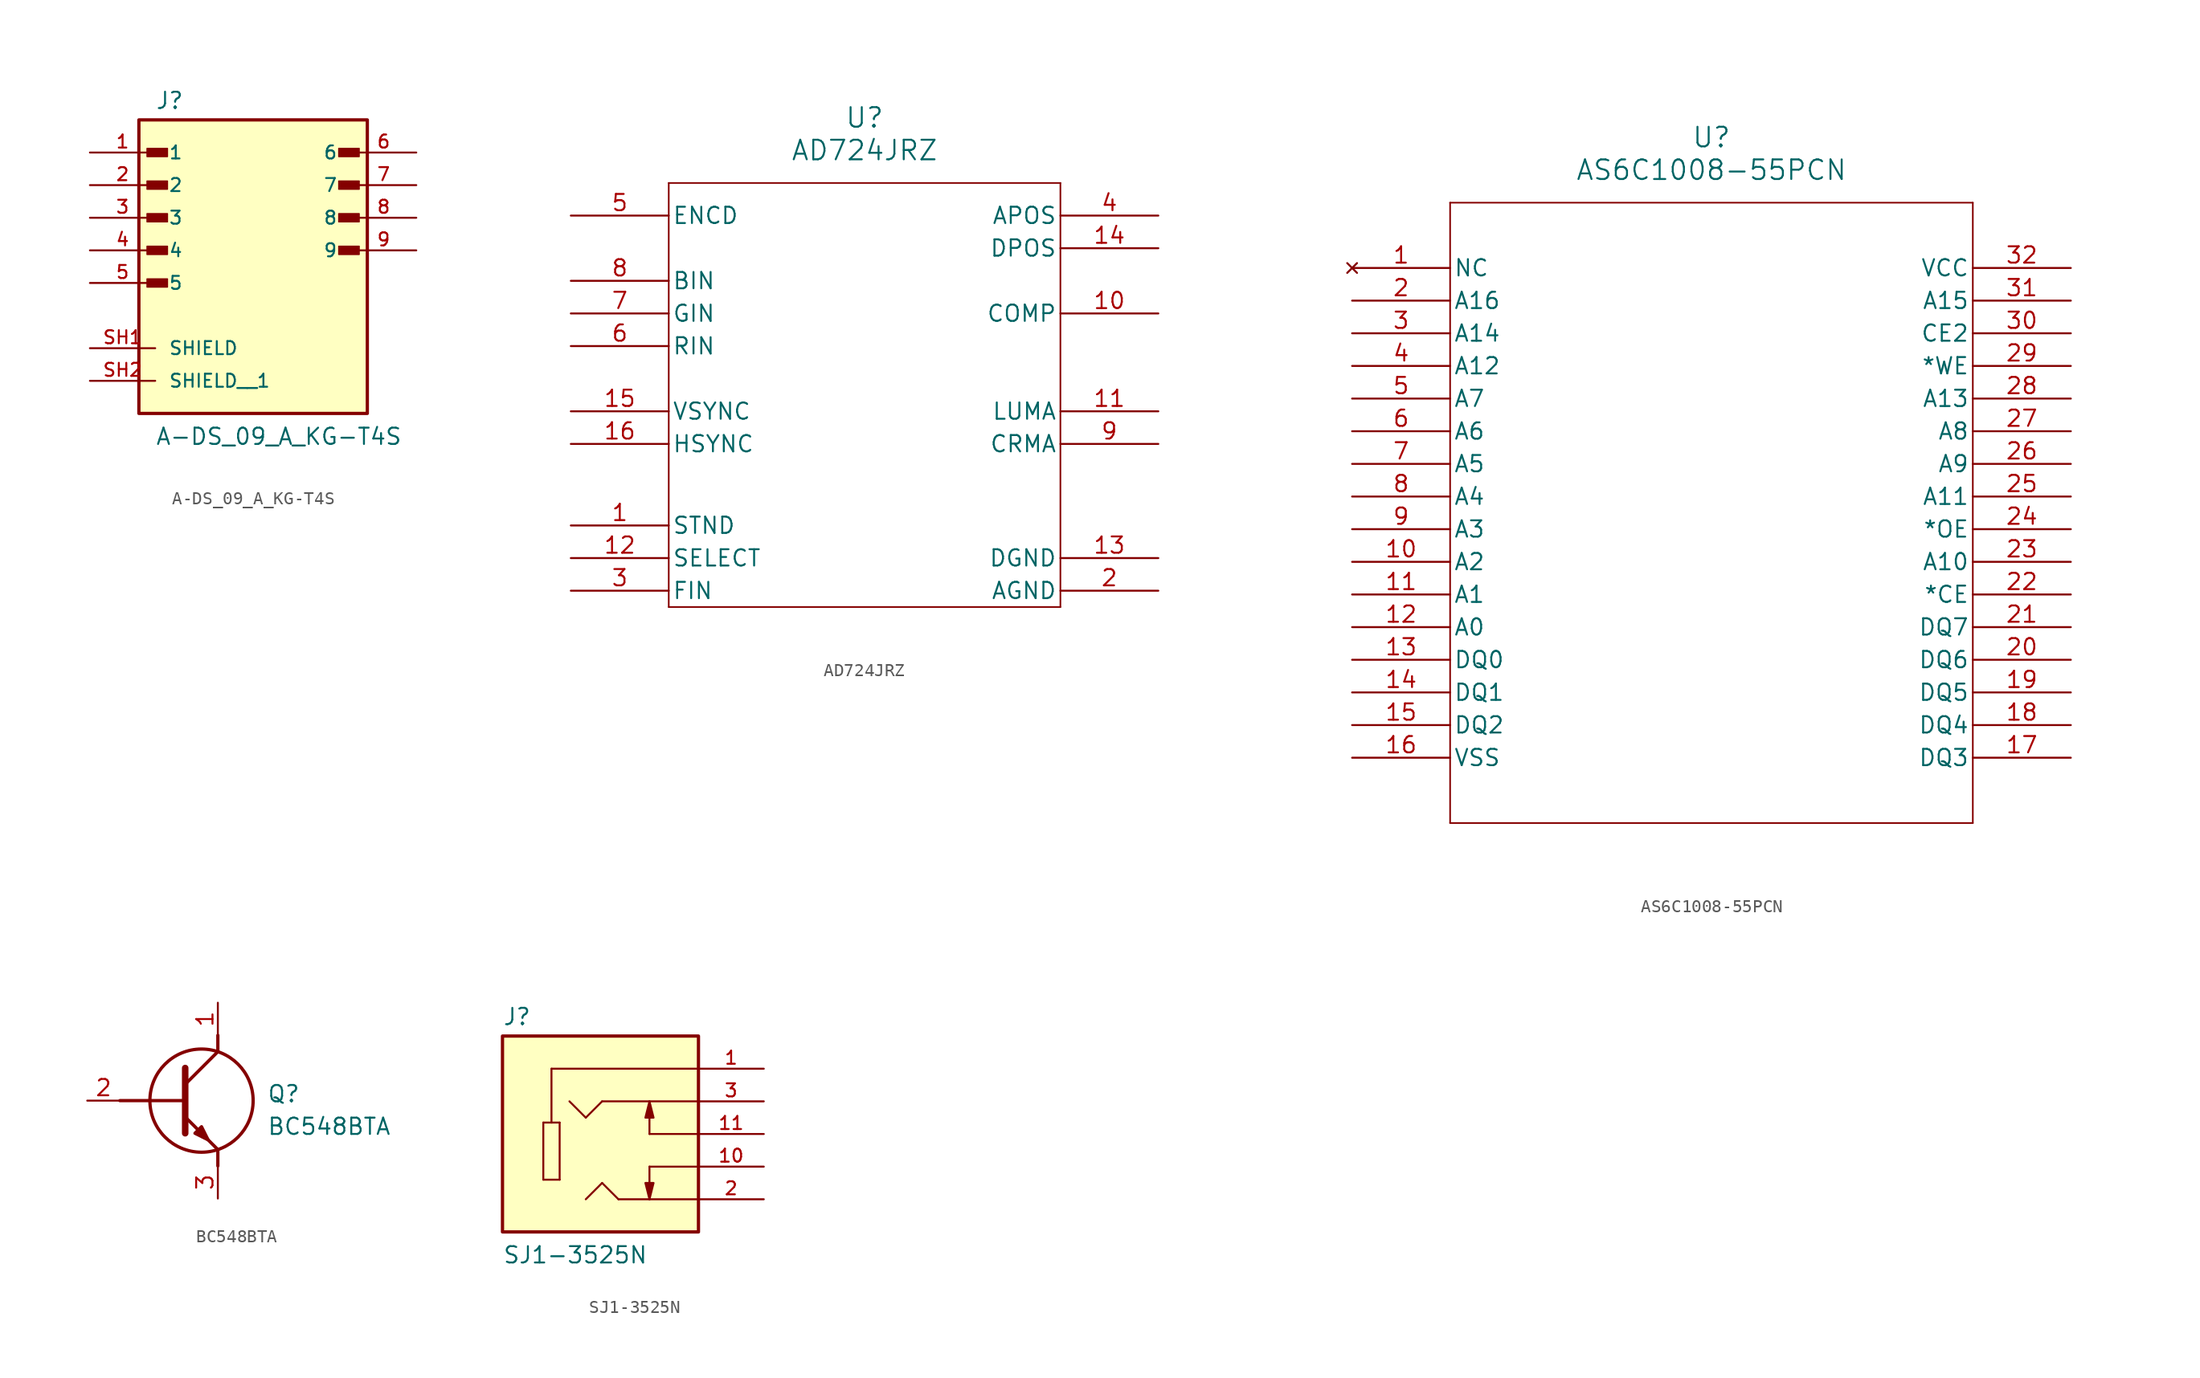
<source format=kicad_sym>
(kicad_symbol_lib
  (version 20211014)
  (generator SamacSys_ECAD_Model)
  (symbol "A-DS_09_A_KG-T4S"
    (pin_names
      (offset 1.016))
    (property "Reference" "J"
      (at -7.62 10.922 0)
      (effects (font (size 1.27 1.27)) (justify left bottom)))
    (property "Value" "A-DS_09_A_KG-T4S"
      (at -7.62 -15.24 0)
      (effects (font (size 1.27 1.27)) (justify left bottom)))
    (symbol "A-DS_09_A_KG-T4S_0_0"
      (rectangle (start -8.89 -12.7) (end 8.89 10.16) (stroke (width 0.254) (type default)) (fill (type background)))
      (rectangle (start -8.255 7.303) (end -6.668 7.938) (stroke (width 0.1) (type default)) (fill (type outline)))
      (rectangle (start -8.255 4.763) (end -6.668 5.397) (stroke (width 0.1) (type default)) (fill (type outline)))
      (rectangle (start -8.255 2.223) (end -6.668 2.857) (stroke (width 0.1) (type default)) (fill (type outline)))
      (rectangle (start -8.255 -0.318) (end -6.668 0.318) (stroke (width 0.1) (type default)) (fill (type outline)))
      (rectangle (start -8.255 -2.857) (end -6.668 -2.223) (stroke (width 0.1) (type default)) (fill (type outline)))
      (rectangle (start 6.668 7.303) (end 8.255 7.938) (stroke (width 0.1) (type default)) (fill (type outline)))
      (rectangle (start 6.668 4.763) (end 8.255 5.397) (stroke (width 0.1) (type default)) (fill (type outline)))
      (rectangle (start 6.668 2.223) (end 8.255 2.857) (stroke (width 0.1) (type default)) (fill (type outline)))
      (rectangle (start 6.668 -0.318) (end 8.255 0.318) (stroke (width 0.1) (type default)) (fill (type outline)))
      (pin passive line (at -12.7 7.62 0) (length 5.08) (name "1" (effects (font (size 1.016 1.016)))) (number "1" (effects (font (size 1.016 1.016)))))
      (pin passive line (at -12.7 5.08 0) (length 5.08) (name "2" (effects (font (size 1.016 1.016)))) (number "2" (effects (font (size 1.016 1.016)))))
      (pin passive line (at -12.7 2.54 0) (length 5.08) (name "3" (effects (font (size 1.016 1.016)))) (number "3" (effects (font (size 1.016 1.016)))))
      (pin passive line (at -12.7 0 0) (length 5.08) (name "4" (effects (font (size 1.016 1.016)))) (number "4" (effects (font (size 1.016 1.016)))))
      (pin passive line (at -12.7 -2.54 0) (length 5.08) (name "5" (effects (font (size 1.016 1.016)))) (number "5" (effects (font (size 1.016 1.016)))))
      (pin passive line (at -12.7 -7.62 0) (length 5.08) (name "SHIELD" (effects (font (size 1.016 1.016)))) (number "SH1" (effects (font (size 1.016 1.016)))))
      (pin passive line (at -12.7 -10.16 0) (length 5.08) (name "SHIELD__1" (effects (font (size 1.016 1.016)))) (number "SH2" (effects (font (size 1.016 1.016)))))
      (pin passive line (at 12.7 7.62 180) (length 5.08) (name "6" (effects (font (size 1.016 1.016)))) (number "6" (effects (font (size 1.016 1.016)))))
      (pin passive line (at 12.7 5.08 180) (length 5.08) (name "7" (effects (font (size 1.016 1.016)))) (number "7" (effects (font (size 1.016 1.016)))))
      (pin passive line (at 12.7 2.54 180) (length 5.08) (name "8" (effects (font (size 1.016 1.016)))) (number "8" (effects (font (size 1.016 1.016)))))
      (pin passive line (at 12.7 0 180) (length 5.08) (name "9" (effects (font (size 1.016 1.016)))) (number "9" (effects (font (size 1.016 1.016)))))))
  (symbol "AD724JRZ"
    (pin_names
      (offset 0.254))
    (property "Reference" "U"
      (at 22.86 10.16 0)
      (effects (font (size 1.524 1.524))))
    (property "Value" "AD724JRZ"
      (at 22.86 7.62 0)
      (effects (font (size 1.524 1.524))))
    (property "ki_locked" ""
      (at 0 0 0)
      (effects (font (size 1.27 1.27))))
    (symbol "AD724JRZ_0_1"
      (polyline (pts (xy 7.62 5.08) (xy 7.62 -27.94)) (stroke (width 0.127) (type default)) (fill (type none)))
      (polyline (pts (xy 7.62 -27.94) (xy 38.1 -27.94)) (stroke (width 0.127) (type default)) (fill (type none)))
      (polyline (pts (xy 38.1 5.08) (xy 7.62 5.08)) (stroke (width 0.127) (type default)) (fill (type none)))
      (polyline (pts (xy 38.1 -27.94) (xy 38.1 5.08)) (stroke (width 0.127) (type default)) (fill (type none)))
      (pin input line (at 0 2.54 0) (length 7.62) (name "ENCD" (effects (font (size 1.27 1.27)))) (number "5" (effects (font (size 1.27 1.27)))))
      (pin input line (at 0 -2.54 0) (length 7.62) (name "BIN" (effects (font (size 1.27 1.27)))) (number "8" (effects (font (size 1.27 1.27)))))
      (pin input line (at 0 -5.08 0) (length 7.62) (name "GIN" (effects (font (size 1.27 1.27)))) (number "7" (effects (font (size 1.27 1.27)))))
      (pin input line (at 0 -7.62 0) (length 7.62) (name "RIN" (effects (font (size 1.27 1.27)))) (number "6" (effects (font (size 1.27 1.27)))))
      (pin input line (at 0 -12.7 0) (length 7.62) (name "VSYNC" (effects (font (size 1.27 1.27)))) (number "15" (effects (font (size 1.27 1.27)))))
      (pin input line (at 0 -15.24 0) (length 7.62) (name "HSYNC" (effects (font (size 1.27 1.27)))) (number "16" (effects (font (size 1.27 1.27)))))
      (pin input line (at 0 -21.59 0) (length 7.62) (name "STND" (effects (font (size 1.27 1.27)))) (number "1" (effects (font (size 1.27 1.27)))))
      (pin input line (at 0 -24.13 0) (length 7.62) (name "SELECT" (effects (font (size 1.27 1.27)))) (number "12" (effects (font (size 1.27 1.27)))))
      (pin input line (at 0 -26.67 0) (length 7.62) (name "FIN" (effects (font (size 1.27 1.27)))) (number "3" (effects (font (size 1.27 1.27)))))
      (pin power_in line (at 45.72 2.54 180) (length 7.62) (name "APOS" (effects (font (size 1.27 1.27)))) (number "4" (effects (font (size 1.27 1.27)))))
      (pin power_in line (at 45.72 0 180) (length 7.62) (name "DPOS" (effects (font (size 1.27 1.27)))) (number "14" (effects (font (size 1.27 1.27)))))
      (pin output line (at 45.72 -5.08 180) (length 7.62) (name "COMP" (effects (font (size 1.27 1.27)))) (number "10" (effects (font (size 1.27 1.27)))))
      (pin output line (at 45.72 -12.7 180) (length 7.62) (name "LUMA" (effects (font (size 1.27 1.27)))) (number "11" (effects (font (size 1.27 1.27)))))
      (pin output line (at 45.72 -15.24 180) (length 7.62) (name "CRMA" (effects (font (size 1.27 1.27)))) (number "9" (effects (font (size 1.27 1.27)))))
      (pin power_out line (at 45.72 -24.13 180) (length 7.62) (name "DGND" (effects (font (size 1.27 1.27)))) (number "13" (effects (font (size 1.27 1.27)))))
      (pin power_out line (at 45.72 -26.67 180) (length 7.62) (name "AGND" (effects (font (size 1.27 1.27)))) (number "2" (effects (font (size 1.27 1.27)))))))
  (symbol "AS6C1008-55PCN"
    (pin_names
      (offset 0.254))
    (property "Reference" "U"
      (at 27.94 10.16 0)
      (effects (font (size 1.524 1.524))))
    (property "Value" "AS6C1008-55PCN"
      (at 27.94 7.62 0)
      (effects (font (size 1.524 1.524))))
    (property "ki_locked" ""
      (at 0 0 0)
      (effects (font (size 1.27 1.27))))
    (symbol "AS6C1008-55PCN_0_1"
      (polyline (pts (xy 7.62 5.08) (xy 7.62 -43.18)) (stroke (width 0.127) (type default)) (fill (type none)))
      (polyline (pts (xy 7.62 -43.18) (xy 48.26 -43.18)) (stroke (width 0.127) (type default)) (fill (type none)))
      (polyline (pts (xy 48.26 5.08) (xy 7.62 5.08)) (stroke (width 0.127) (type default)) (fill (type none)))
      (polyline (pts (xy 48.26 -43.18) (xy 48.26 5.08)) (stroke (width 0.127) (type default)) (fill (type none)))
      (pin no_connect line (at 0 0 0) (length 7.62) (name "NC" (effects (font (size 1.27 1.27)))) (number "1" (effects (font (size 1.27 1.27)))))
      (pin input line (at 0 -2.54 0) (length 7.62) (name "A16" (effects (font (size 1.27 1.27)))) (number "2" (effects (font (size 1.27 1.27)))))
      (pin input line (at 0 -5.08 0) (length 7.62) (name "A14" (effects (font (size 1.27 1.27)))) (number "3" (effects (font (size 1.27 1.27)))))
      (pin input line (at 0 -7.62 0) (length 7.62) (name "A12" (effects (font (size 1.27 1.27)))) (number "4" (effects (font (size 1.27 1.27)))))
      (pin input line (at 0 -10.16 0) (length 7.62) (name "A7" (effects (font (size 1.27 1.27)))) (number "5" (effects (font (size 1.27 1.27)))))
      (pin input line (at 0 -12.7 0) (length 7.62) (name "A6" (effects (font (size 1.27 1.27)))) (number "6" (effects (font (size 1.27 1.27)))))
      (pin input line (at 0 -15.24 0) (length 7.62) (name "A5" (effects (font (size 1.27 1.27)))) (number "7" (effects (font (size 1.27 1.27)))))
      (pin input line (at 0 -17.78 0) (length 7.62) (name "A4" (effects (font (size 1.27 1.27)))) (number "8" (effects (font (size 1.27 1.27)))))
      (pin input line (at 0 -20.32 0) (length 7.62) (name "A3" (effects (font (size 1.27 1.27)))) (number "9" (effects (font (size 1.27 1.27)))))
      (pin input line (at 0 -22.86 0) (length 7.62) (name "A2" (effects (font (size 1.27 1.27)))) (number "10" (effects (font (size 1.27 1.27)))))
      (pin input line (at 0 -25.4 0) (length 7.62) (name "A1" (effects (font (size 1.27 1.27)))) (number "11" (effects (font (size 1.27 1.27)))))
      (pin input line (at 0 -27.94 0) (length 7.62) (name "A0" (effects (font (size 1.27 1.27)))) (number "12" (effects (font (size 1.27 1.27)))))
      (pin bidirectional line (at 0 -30.48 0) (length 7.62) (name "DQ0" (effects (font (size 1.27 1.27)))) (number "13" (effects (font (size 1.27 1.27)))))
      (pin bidirectional line (at 0 -33.02 0) (length 7.62) (name "DQ1" (effects (font (size 1.27 1.27)))) (number "14" (effects (font (size 1.27 1.27)))))
      (pin bidirectional line (at 0 -35.56 0) (length 7.62) (name "DQ2" (effects (font (size 1.27 1.27)))) (number "15" (effects (font (size 1.27 1.27)))))
      (pin power_in line (at 0 -38.1 0) (length 7.62) (name "VSS" (effects (font (size 1.27 1.27)))) (number "16" (effects (font (size 1.27 1.27)))))
      (pin power_in line (at 55.88 0 180) (length 7.62) (name "VCC" (effects (font (size 1.27 1.27)))) (number "32" (effects (font (size 1.27 1.27)))))
      (pin input line (at 55.88 -2.54 180) (length 7.62) (name "A15" (effects (font (size 1.27 1.27)))) (number "31" (effects (font (size 1.27 1.27)))))
      (pin input line (at 55.88 -5.08 180) (length 7.62) (name "CE2" (effects (font (size 1.27 1.27)))) (number "30" (effects (font (size 1.27 1.27)))))
      (pin input line (at 55.88 -7.62 180) (length 7.62) (name "*WE" (effects (font (size 1.27 1.27)))) (number "29" (effects (font (size 1.27 1.27)))))
      (pin input line (at 55.88 -10.16 180) (length 7.62) (name "A13" (effects (font (size 1.27 1.27)))) (number "28" (effects (font (size 1.27 1.27)))))
      (pin input line (at 55.88 -12.7 180) (length 7.62) (name "A8" (effects (font (size 1.27 1.27)))) (number "27" (effects (font (size 1.27 1.27)))))
      (pin input line (at 55.88 -15.24 180) (length 7.62) (name "A9" (effects (font (size 1.27 1.27)))) (number "26" (effects (font (size 1.27 1.27)))))
      (pin input line (at 55.88 -17.78 180) (length 7.62) (name "A11" (effects (font (size 1.27 1.27)))) (number "25" (effects (font (size 1.27 1.27)))))
      (pin bidirectional line (at 55.88 -20.32 180) (length 7.62) (name "*OE" (effects (font (size 1.27 1.27)))) (number "24" (effects (font (size 1.27 1.27)))))
      (pin input line (at 55.88 -22.86 180) (length 7.62) (name "A10" (effects (font (size 1.27 1.27)))) (number "23" (effects (font (size 1.27 1.27)))))
      (pin input line (at 55.88 -25.4 180) (length 7.62) (name "*CE" (effects (font (size 1.27 1.27)))) (number "22" (effects (font (size 1.27 1.27)))))
      (pin bidirectional line (at 55.88 -27.94 180) (length 7.62) (name "DQ7" (effects (font (size 1.27 1.27)))) (number "21" (effects (font (size 1.27 1.27)))))
      (pin bidirectional line (at 55.88 -30.48 180) (length 7.62) (name "DQ6" (effects (font (size 1.27 1.27)))) (number "20" (effects (font (size 1.27 1.27)))))
      (pin bidirectional line (at 55.88 -33.02 180) (length 7.62) (name "DQ5" (effects (font (size 1.27 1.27)))) (number "19" (effects (font (size 1.27 1.27)))))
      (pin bidirectional line (at 55.88 -35.56 180) (length 7.62) (name "DQ4" (effects (font (size 1.27 1.27)))) (number "18" (effects (font (size 1.27 1.27)))))
      (pin bidirectional line (at 55.88 -38.1 180) (length 7.62) (name "DQ3" (effects (font (size 1.27 1.27)))) (number "17" (effects (font (size 1.27 1.27)))))))
  (symbol "BC548BTA"
    (pin_names
      (hide yes))
    (property "Reference" "Q"
      (at 13.97 1.27 0)
      (effects (font (size 1.27 1.27)) (justify left top)))
    (property "Value" "BC548BTA"
      (at 13.97 -1.27 0)
      (effects (font (size 1.27 1.27)) (justify left top)))
    (symbol "BC548BTA_1_1"
      (polyline (pts (xy 2.54 0) (xy 7.62 0)) (stroke (width 0.254) (type default)) (fill (type none)))
      (polyline (pts (xy 7.62 2.54) (xy 7.62 -2.54)) (stroke (width 0.508) (type default)) (fill (type none)))
      (polyline (pts (xy 7.62 1.27) (xy 10.16 3.81)) (stroke (width 0.254) (type default)) (fill (type none)))
      (polyline (pts (xy 7.62 -1.27) (xy 10.16 -3.81)) (stroke (width 0.254) (type default)) (fill (type none)))
      (polyline (pts (xy 8.382 -2.54) (xy 8.89 -2.032) (xy 9.398 -3.048) (xy 8.382 -2.54)) (stroke (width 0.254) (type default)) (fill (type outline)))
      (circle (center 8.89 0) (radius 4.016) (stroke (width 0.254) (type default)) (fill (type none)))
      (polyline (pts (xy 10.16 3.81) (xy 10.16 5.08)) (stroke (width 0.254) (type default)) (fill (type none)))
      (polyline (pts (xy 10.16 -3.81) (xy 10.16 -5.08)) (stroke (width 0.254) (type default)) (fill (type none)))
      (pin passive line (at 0 0 0) (length 2.54) (name "B" (effects (font (size 1.27 1.27)))) (number "2" (effects (font (size 1.27 1.27)))))
      (pin passive line (at 10.16 7.62 270) (length 2.54) (name "C" (effects (font (size 1.27 1.27)))) (number "1" (effects (font (size 1.27 1.27)))))
      (pin passive line (at 10.16 -7.62 90) (length 2.54) (name "E" (effects (font (size 1.27 1.27)))) (number "3" (effects (font (size 1.27 1.27)))))))
  (symbol "SJ1-3525N"
    (pin_names
      (offset 1.016))
    (property "Reference" "J"
      (at -7.62 8.382 0)
      (effects (font (size 1.27 1.27)) (justify left bottom)))
    (property "Value" "SJ1-3525N"
      (at -7.62 -10.16 0)
      (effects (font (size 1.27 1.27)) (justify left bottom)))
    (symbol "SJ1-3525N_0_0"
      (rectangle (start -7.62 -7.62) (end 7.62 7.62) (stroke (width 0.254) (type default)) (fill (type background)))
      (polyline (pts (xy -4.445 0.889) (xy -3.81 0.889)) (stroke (width 0.152) (type default)) (fill (type none)))
      (polyline (pts (xy -4.445 -3.556) (xy -4.445 0.889)) (stroke (width 0.152) (type default)) (fill (type none)))
      (polyline (pts (xy -3.81 5.08) (xy -3.81 0.889)) (stroke (width 0.152) (type default)) (fill (type none)))
      (polyline (pts (xy -3.81 0.889) (xy -3.175 0.889)) (stroke (width 0.152) (type default)) (fill (type none)))
      (polyline (pts (xy -3.175 0.889) (xy -3.175 -3.556)) (stroke (width 0.152) (type default)) (fill (type none)))
      (polyline (pts (xy -3.175 -3.556) (xy -4.445 -3.556)) (stroke (width 0.152) (type default)) (fill (type none)))
      (polyline (pts (xy -1.143 1.27) (xy -2.413 2.54)) (stroke (width 0.152) (type default)) (fill (type none)))
      (polyline (pts (xy 0.127 2.54) (xy -1.143 1.27)) (stroke (width 0.152) (type default)) (fill (type none)))
      (polyline (pts (xy 0.127 -3.81) (xy -1.143 -5.08)) (stroke (width 0.152) (type default)) (fill (type none)))
      (polyline (pts (xy 1.397 -5.08) (xy 0.127 -3.81)) (stroke (width 0.152) (type default)) (fill (type none)))
      (polyline (pts (xy 3.81 2.54) (xy 4.128 1.27) (xy 3.493 1.27) (xy 3.81 2.54)) (stroke (width 0.152) (type default)) (fill (type outline)))
      (polyline (pts (xy 3.81 0) (xy 3.81 2.54)) (stroke (width 0.152) (type default)) (fill (type none)))
      (polyline (pts (xy 3.81 -2.54) (xy 3.81 -5.08)) (stroke (width 0.152) (type default)) (fill (type none)))
      (polyline (pts (xy 3.81 -5.08) (xy 3.493 -3.81) (xy 4.128 -3.81) (xy 3.81 -5.08)) (stroke (width 0.152) (type default)) (fill (type outline)))
      (polyline (pts (xy 7.62 5.08) (xy -3.81 5.08)) (stroke (width 0.152) (type default)) (fill (type none)))
      (polyline (pts (xy 7.62 2.54) (xy 0.127 2.54)) (stroke (width 0.152) (type default)) (fill (type none)))
      (polyline (pts (xy 7.62 0) (xy 3.81 0)) (stroke (width 0.152) (type default)) (fill (type none)))
      (polyline (pts (xy 7.62 -2.54) (xy 3.81 -2.54)) (stroke (width 0.152) (type default)) (fill (type none)))
      (polyline (pts (xy 7.62 -5.08) (xy 1.397 -5.08)) (stroke (width 0.152) (type default)) (fill (type none)))
      (pin passive line (at 12.7 5.08 180) (length 5.08) (name "~" (effects (font (size 1.016 1.016)))) (number "1" (effects (font (size 1.016 1.016)))))
      (pin passive line (at 12.7 2.54 180) (length 5.08) (name "~" (effects (font (size 1.016 1.016)))) (number "3" (effects (font (size 1.016 1.016)))))
      (pin passive line (at 12.7 0 180) (length 5.08) (name "~" (effects (font (size 1.016 1.016)))) (number "11" (effects (font (size 1.016 1.016)))))
      (pin passive line (at 12.7 -2.54 180) (length 5.08) (name "~" (effects (font (size 1.016 1.016)))) (number "10" (effects (font (size 1.016 1.016)))))
      (pin passive line (at 12.7 -5.08 180) (length 5.08) (name "~" (effects (font (size 1.016 1.016)))) (number "2" (effects (font (size 1.016 1.016))))))))
</source>
